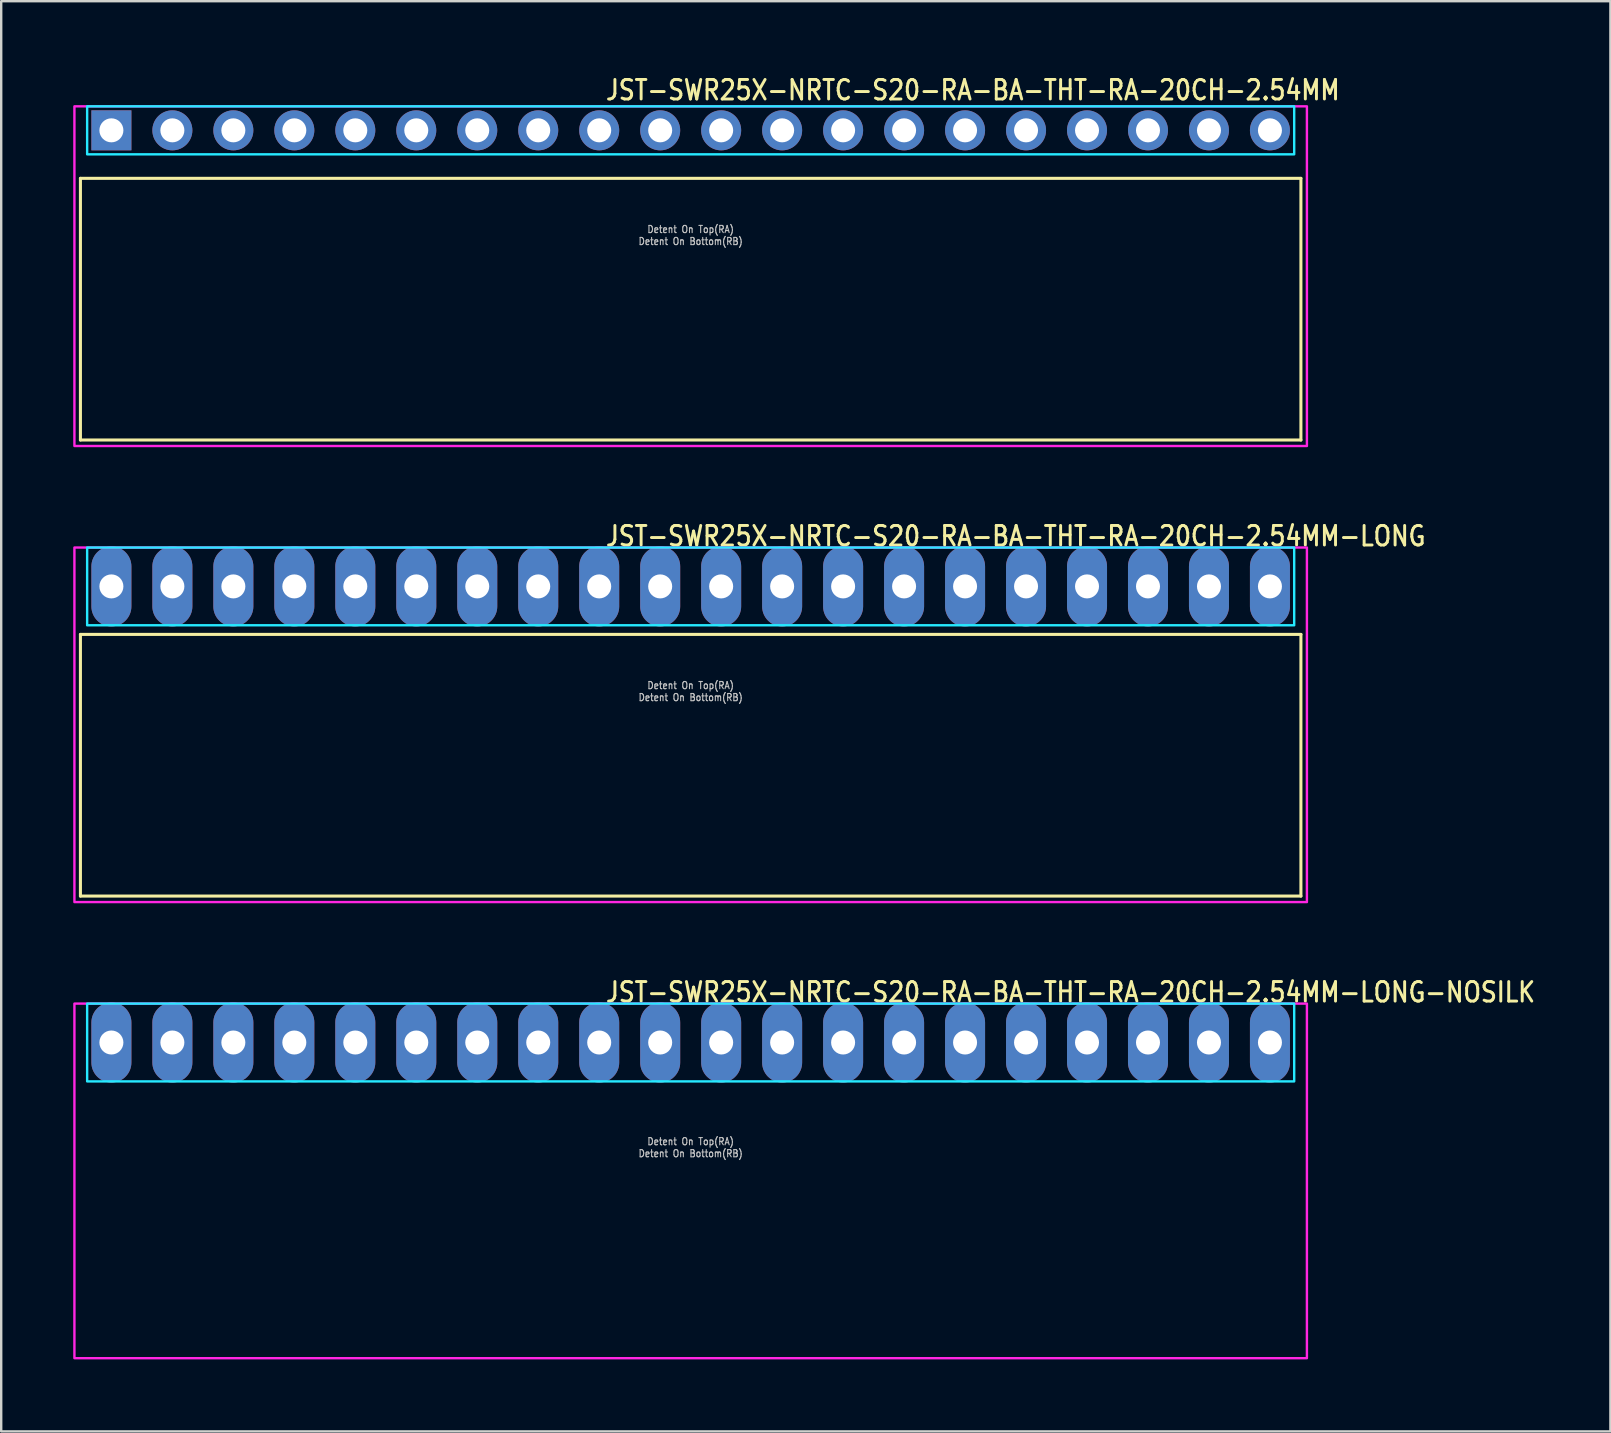
<source format=kicad_pcb>
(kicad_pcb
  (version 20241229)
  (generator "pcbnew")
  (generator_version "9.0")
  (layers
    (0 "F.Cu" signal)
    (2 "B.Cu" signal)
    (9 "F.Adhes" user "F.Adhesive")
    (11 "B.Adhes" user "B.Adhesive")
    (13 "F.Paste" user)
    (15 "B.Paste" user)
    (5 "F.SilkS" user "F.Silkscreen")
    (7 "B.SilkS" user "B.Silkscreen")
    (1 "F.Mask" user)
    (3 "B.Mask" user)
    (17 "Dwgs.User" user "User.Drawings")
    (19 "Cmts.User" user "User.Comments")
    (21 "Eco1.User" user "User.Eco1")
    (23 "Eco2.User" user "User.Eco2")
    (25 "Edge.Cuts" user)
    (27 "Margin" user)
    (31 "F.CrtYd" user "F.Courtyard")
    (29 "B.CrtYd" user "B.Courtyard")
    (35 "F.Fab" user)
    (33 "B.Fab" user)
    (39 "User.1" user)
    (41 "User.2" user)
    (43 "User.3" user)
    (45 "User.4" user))
  (footprint "JST-SWR25X-NRTC-S20-RA-BA-THT-RA-20CH-2.54MM"
    (layer "F.Cu")
    (at 25.72 2.379)
    (property "Reference" "JST-SWR25X-NRTC-S20-RA-BA-THT-RA-20CH-2.54MM" (at -3.6 -1.2 0) (unlocked yes) (layer "F.SilkS") (effects (font (size 0.813 0.695) (thickness 0.122)) (justify left bottom)))
    (fp_line (start -25.42 2) (end 25.42 2) (stroke (width 0.127) (type solid)) (layer "F.SilkS"))
    (fp_line (start -25.42 12.9) (end -25.42 2) (stroke (width 0.127) (type solid)) (layer "F.SilkS"))
    (fp_line (start -25.42 12.9) (end 25.42 12.9) (stroke (width 0.127) (type solid)) (layer "F.SilkS"))
    (fp_line (start 25.42 2) (end 25.42 12.9) (stroke (width 0.127) (type solid)) (layer "F.SilkS"))
    (fp_poly (pts (xy -25.14 -1) (xy -25.14 1) (xy 25.14 1) (xy 25.14 -1)) (stroke (width 0.1) (type solid)) (fill no) (layer "B.CrtYd"))
    (fp_poly (pts (xy -25.67 -1) (xy -25.67 13.15) (xy 25.67 13.15) (xy 25.67 -1)) (stroke (width 0.1) (type solid)) (fill no) (layer "F.CrtYd"))
    (fp_text user "Detent On Top(RA)" (at 0 4.3 0) (unlocked yes) (layer "Dwgs.User") (effects (font (size 0.3 0.257) (thickness 0.045)) (justify bottom)))
    (fp_text user "Detent On Bottom(RB)" (at 0 4.8 0) (unlocked yes) (layer "Dwgs.User") (effects (font (size 0.3 0.257) (thickness 0.045)) (justify bottom)))
    (pad "P$1" thru_hole rect (at -24.13 0) (size 1.667 1.667) (drill 1) (layers "*.Cu" "*.Mask"))
    (pad "P$2" thru_hole oval (at -21.59 0) (size 1.667 1.667) (drill 1) (layers "*.Cu" "*.Mask"))
    (pad "P$3" thru_hole oval (at -19.05 0) (size 1.667 1.667) (drill 1) (layers "*.Cu" "*.Mask"))
    (pad "P$4" thru_hole oval (at -16.51 0) (size 1.667 1.667) (drill 1) (layers "*.Cu" "*.Mask"))
    (pad "P$5" thru_hole oval (at -13.97 0) (size 1.667 1.667) (drill 1) (layers "*.Cu" "*.Mask"))
    (pad "P$6" thru_hole oval (at -11.43 0) (size 1.667 1.667) (drill 1) (layers "*.Cu" "*.Mask"))
    (pad "P$7" thru_hole oval (at -8.89 0) (size 1.667 1.667) (drill 1) (layers "*.Cu" "*.Mask"))
    (pad "P$8" thru_hole oval (at -6.35 0) (size 1.667 1.667) (drill 1) (layers "*.Cu" "*.Mask"))
    (pad "P$9" thru_hole oval (at -3.81 0) (size 1.667 1.667) (drill 1) (layers "*.Cu" "*.Mask"))
    (pad "P$10" thru_hole oval (at -1.27 0) (size 1.667 1.667) (drill 1) (layers "*.Cu" "*.Mask"))
    (pad "P$11" thru_hole oval (at 1.27 0) (size 1.667 1.667) (drill 1) (layers "*.Cu" "*.Mask"))
    (pad "P$12" thru_hole oval (at 3.81 0) (size 1.667 1.667) (drill 1) (layers "*.Cu" "*.Mask"))
    (pad "P$13" thru_hole oval (at 6.35 0) (size 1.667 1.667) (drill 1) (layers "*.Cu" "*.Mask"))
    (pad "P$14" thru_hole oval (at 8.89 0) (size 1.667 1.667) (drill 1) (layers "*.Cu" "*.Mask"))
    (pad "P$15" thru_hole oval (at 11.43 0) (size 1.667 1.667) (drill 1) (layers "*.Cu" "*.Mask"))
    (pad "P$16" thru_hole oval (at 13.97 0) (size 1.667 1.667) (drill 1) (layers "*.Cu" "*.Mask"))
    (pad "P$17" thru_hole oval (at 16.51 0) (size 1.667 1.667) (drill 1) (layers "*.Cu" "*.Mask"))
    (pad "P$18" thru_hole oval (at 19.05 0) (size 1.667 1.667) (drill 1) (layers "*.Cu" "*.Mask"))
    (pad "P$19" thru_hole oval (at 21.59 0) (size 1.667 1.667) (drill 1) (layers "*.Cu" "*.Mask"))
    (pad "P$20" thru_hole oval (at 24.13 0) (size 1.667 1.667) (drill 1) (layers "*.Cu" "*.Mask")))
  (footprint "JST-SWR25X-NRTC-S20-RA-BA-THT-RA-20CH-2.54MM-LONG"
    (layer "F.Cu")
    (at 25.72 21.377)
    (property "Reference" "JST-SWR25X-NRTC-S20-RA-BA-THT-RA-20CH-2.54MM-LONG" (at -3.6 -1.62 0) (unlocked yes) (layer "F.SilkS") (effects (font (size 0.813 0.695) (thickness 0.122)) (justify left bottom)))
    (fp_line (start -25.42 2) (end 25.42 2) (stroke (width 0.127) (type solid)) (layer "F.SilkS"))
    (fp_line (start -25.42 12.9) (end -25.42 2) (stroke (width 0.127) (type solid)) (layer "F.SilkS"))
    (fp_line (start -25.42 12.9) (end 25.42 12.9) (stroke (width 0.127) (type solid)) (layer "F.SilkS"))
    (fp_line (start 25.42 2) (end 25.42 12.9) (stroke (width 0.127) (type solid)) (layer "F.SilkS"))
    (fp_poly (pts (xy -25.14 -1.62) (xy -25.14 1.62) (xy 25.14 1.62) (xy 25.14 -1.62)) (stroke (width 0.1) (type solid)) (fill no) (layer "B.CrtYd"))
    (fp_poly (pts (xy -25.67 -1.62) (xy -25.67 13.15) (xy 25.67 13.15) (xy 25.67 -1.62)) (stroke (width 0.1) (type solid)) (fill no) (layer "F.CrtYd"))
    (fp_text user "Detent On Top(RA)" (at 0 4.3 0) (unlocked yes) (layer "Dwgs.User") (effects (font (size 0.3 0.257) (thickness 0.045)) (justify bottom)))
    (fp_text user "Detent On Bottom(RB)" (at 0 4.8 0) (unlocked yes) (layer "Dwgs.User") (effects (font (size 0.3 0.257) (thickness 0.045)) (justify bottom)))
    (pad "P$1" thru_hole oval (at -24.13 0 90) (size 3.333 1.667) (drill 1) (layers "*.Cu" "*.Mask"))
    (pad "P$2" thru_hole oval (at -21.59 0 90) (size 3.333 1.667) (drill 1) (layers "*.Cu" "*.Mask"))
    (pad "P$3" thru_hole oval (at -19.05 0 90) (size 3.333 1.667) (drill 1) (layers "*.Cu" "*.Mask"))
    (pad "P$4" thru_hole oval (at -16.51 0 90) (size 3.333 1.667) (drill 1) (layers "*.Cu" "*.Mask"))
    (pad "P$5" thru_hole oval (at -13.97 0 90) (size 3.333 1.667) (drill 1) (layers "*.Cu" "*.Mask"))
    (pad "P$6" thru_hole oval (at -11.43 0 90) (size 3.333 1.667) (drill 1) (layers "*.Cu" "*.Mask"))
    (pad "P$7" thru_hole oval (at -8.89 0 90) (size 3.333 1.667) (drill 1) (layers "*.Cu" "*.Mask"))
    (pad "P$8" thru_hole oval (at -6.35 0 90) (size 3.333 1.667) (drill 1) (layers "*.Cu" "*.Mask"))
    (pad "P$9" thru_hole oval (at -3.81 0 90) (size 3.333 1.667) (drill 1) (layers "*.Cu" "*.Mask"))
    (pad "P$10" thru_hole oval (at -1.27 0 90) (size 3.333 1.667) (drill 1) (layers "*.Cu" "*.Mask"))
    (pad "P$11" thru_hole oval (at 1.27 0 90) (size 3.333 1.667) (drill 1) (layers "*.Cu" "*.Mask"))
    (pad "P$12" thru_hole oval (at 3.81 0 90) (size 3.333 1.667) (drill 1) (layers "*.Cu" "*.Mask"))
    (pad "P$13" thru_hole oval (at 6.35 0 90) (size 3.333 1.667) (drill 1) (layers "*.Cu" "*.Mask"))
    (pad "P$14" thru_hole oval (at 8.89 0 90) (size 3.333 1.667) (drill 1) (layers "*.Cu" "*.Mask"))
    (pad "P$15" thru_hole oval (at 11.43 0 90) (size 3.333 1.667) (drill 1) (layers "*.Cu" "*.Mask"))
    (pad "P$16" thru_hole oval (at 13.97 0 90) (size 3.333 1.667) (drill 1) (layers "*.Cu" "*.Mask"))
    (pad "P$17" thru_hole oval (at 16.51 0 90) (size 3.333 1.667) (drill 1) (layers "*.Cu" "*.Mask"))
    (pad "P$18" thru_hole oval (at 19.05 0 90) (size 3.333 1.667) (drill 1) (layers "*.Cu" "*.Mask"))
    (pad "P$19" thru_hole oval (at 21.59 0 90) (size 3.333 1.667) (drill 1) (layers "*.Cu" "*.Mask"))
    (pad "P$20" thru_hole oval (at 24.13 0 90) (size 3.333 1.667) (drill 1) (layers "*.Cu" "*.Mask")))
  (footprint "JST-SWR25X-NRTC-S20-RA-BA-THT-RA-20CH-2.54MM-LONG-NOSILK"
    (layer "F.Cu")
    (at 25.72 40.376)
    (property "Reference" "JST-SWR25X-NRTC-S20-RA-BA-THT-RA-20CH-2.54MM-LONG-NOSILK" (at -3.6 -1.62 0) (unlocked yes) (layer "F.SilkS") (effects (font (size 0.813 0.695) (thickness 0.122)) (justify left bottom)))
    (fp_poly (pts (xy -25.14 -1.62) (xy -25.14 1.62) (xy 25.14 1.62) (xy 25.14 -1.62)) (stroke (width 0.1) (type solid)) (fill no) (layer "B.CrtYd"))
    (fp_poly (pts (xy -25.67 -1.62) (xy -25.67 13.15) (xy 25.67 13.15) (xy 25.67 -1.62)) (stroke (width 0.1) (type solid)) (fill no) (layer "F.CrtYd"))
    (fp_text user "Detent On Top(RA)" (at 0 4.3 0) (unlocked yes) (layer "Dwgs.User") (effects (font (size 0.3 0.257) (thickness 0.045)) (justify bottom)))
    (fp_text user "Detent On Bottom(RB)" (at 0 4.8 0) (unlocked yes) (layer "Dwgs.User") (effects (font (size 0.3 0.257) (thickness 0.045)) (justify bottom)))
    (pad "P$1" thru_hole oval (at -24.13 0 90) (size 3.333 1.667) (drill 1) (layers "*.Cu" "*.Mask"))
    (pad "P$2" thru_hole oval (at -21.59 0 90) (size 3.333 1.667) (drill 1) (layers "*.Cu" "*.Mask"))
    (pad "P$3" thru_hole oval (at -19.05 0 90) (size 3.333 1.667) (drill 1) (layers "*.Cu" "*.Mask"))
    (pad "P$4" thru_hole oval (at -16.51 0 90) (size 3.333 1.667) (drill 1) (layers "*.Cu" "*.Mask"))
    (pad "P$5" thru_hole oval (at -13.97 0 90) (size 3.333 1.667) (drill 1) (layers "*.Cu" "*.Mask"))
    (pad "P$6" thru_hole oval (at -11.43 0 90) (size 3.333 1.667) (drill 1) (layers "*.Cu" "*.Mask"))
    (pad "P$7" thru_hole oval (at -8.89 0 90) (size 3.333 1.667) (drill 1) (layers "*.Cu" "*.Mask"))
    (pad "P$8" thru_hole oval (at -6.35 0 90) (size 3.333 1.667) (drill 1) (layers "*.Cu" "*.Mask"))
    (pad "P$9" thru_hole oval (at -3.81 0 90) (size 3.333 1.667) (drill 1) (layers "*.Cu" "*.Mask"))
    (pad "P$10" thru_hole oval (at -1.27 0 90) (size 3.333 1.667) (drill 1) (layers "*.Cu" "*.Mask"))
    (pad "P$11" thru_hole oval (at 1.27 0 90) (size 3.333 1.667) (drill 1) (layers "*.Cu" "*.Mask"))
    (pad "P$12" thru_hole oval (at 3.81 0 90) (size 3.333 1.667) (drill 1) (layers "*.Cu" "*.Mask"))
    (pad "P$13" thru_hole oval (at 6.35 0 90) (size 3.333 1.667) (drill 1) (layers "*.Cu" "*.Mask"))
    (pad "P$14" thru_hole oval (at 8.89 0 90) (size 3.333 1.667) (drill 1) (layers "*.Cu" "*.Mask"))
    (pad "P$15" thru_hole oval (at 11.43 0 90) (size 3.333 1.667) (drill 1) (layers "*.Cu" "*.Mask"))
    (pad "P$16" thru_hole oval (at 13.97 0 90) (size 3.333 1.667) (drill 1) (layers "*.Cu" "*.Mask"))
    (pad "P$17" thru_hole oval (at 16.51 0 90) (size 3.333 1.667) (drill 1) (layers "*.Cu" "*.Mask"))
    (pad "P$18" thru_hole oval (at 19.05 0 90) (size 3.333 1.667) (drill 1) (layers "*.Cu" "*.Mask"))
    (pad "P$19" thru_hole oval (at 21.59 0 90) (size 3.333 1.667) (drill 1) (layers "*.Cu" "*.Mask"))
    (pad "P$20" thru_hole oval (at 24.13 0 90) (size 3.333 1.667) (drill 1) (layers "*.Cu" "*.Mask")))
  (gr_rect
    (start -3 -3)
    (end 64.032 56.576)
    (stroke (width 0.1) (type default))
    (fill no)
    (layer "Edge.Cuts")))
</source>
